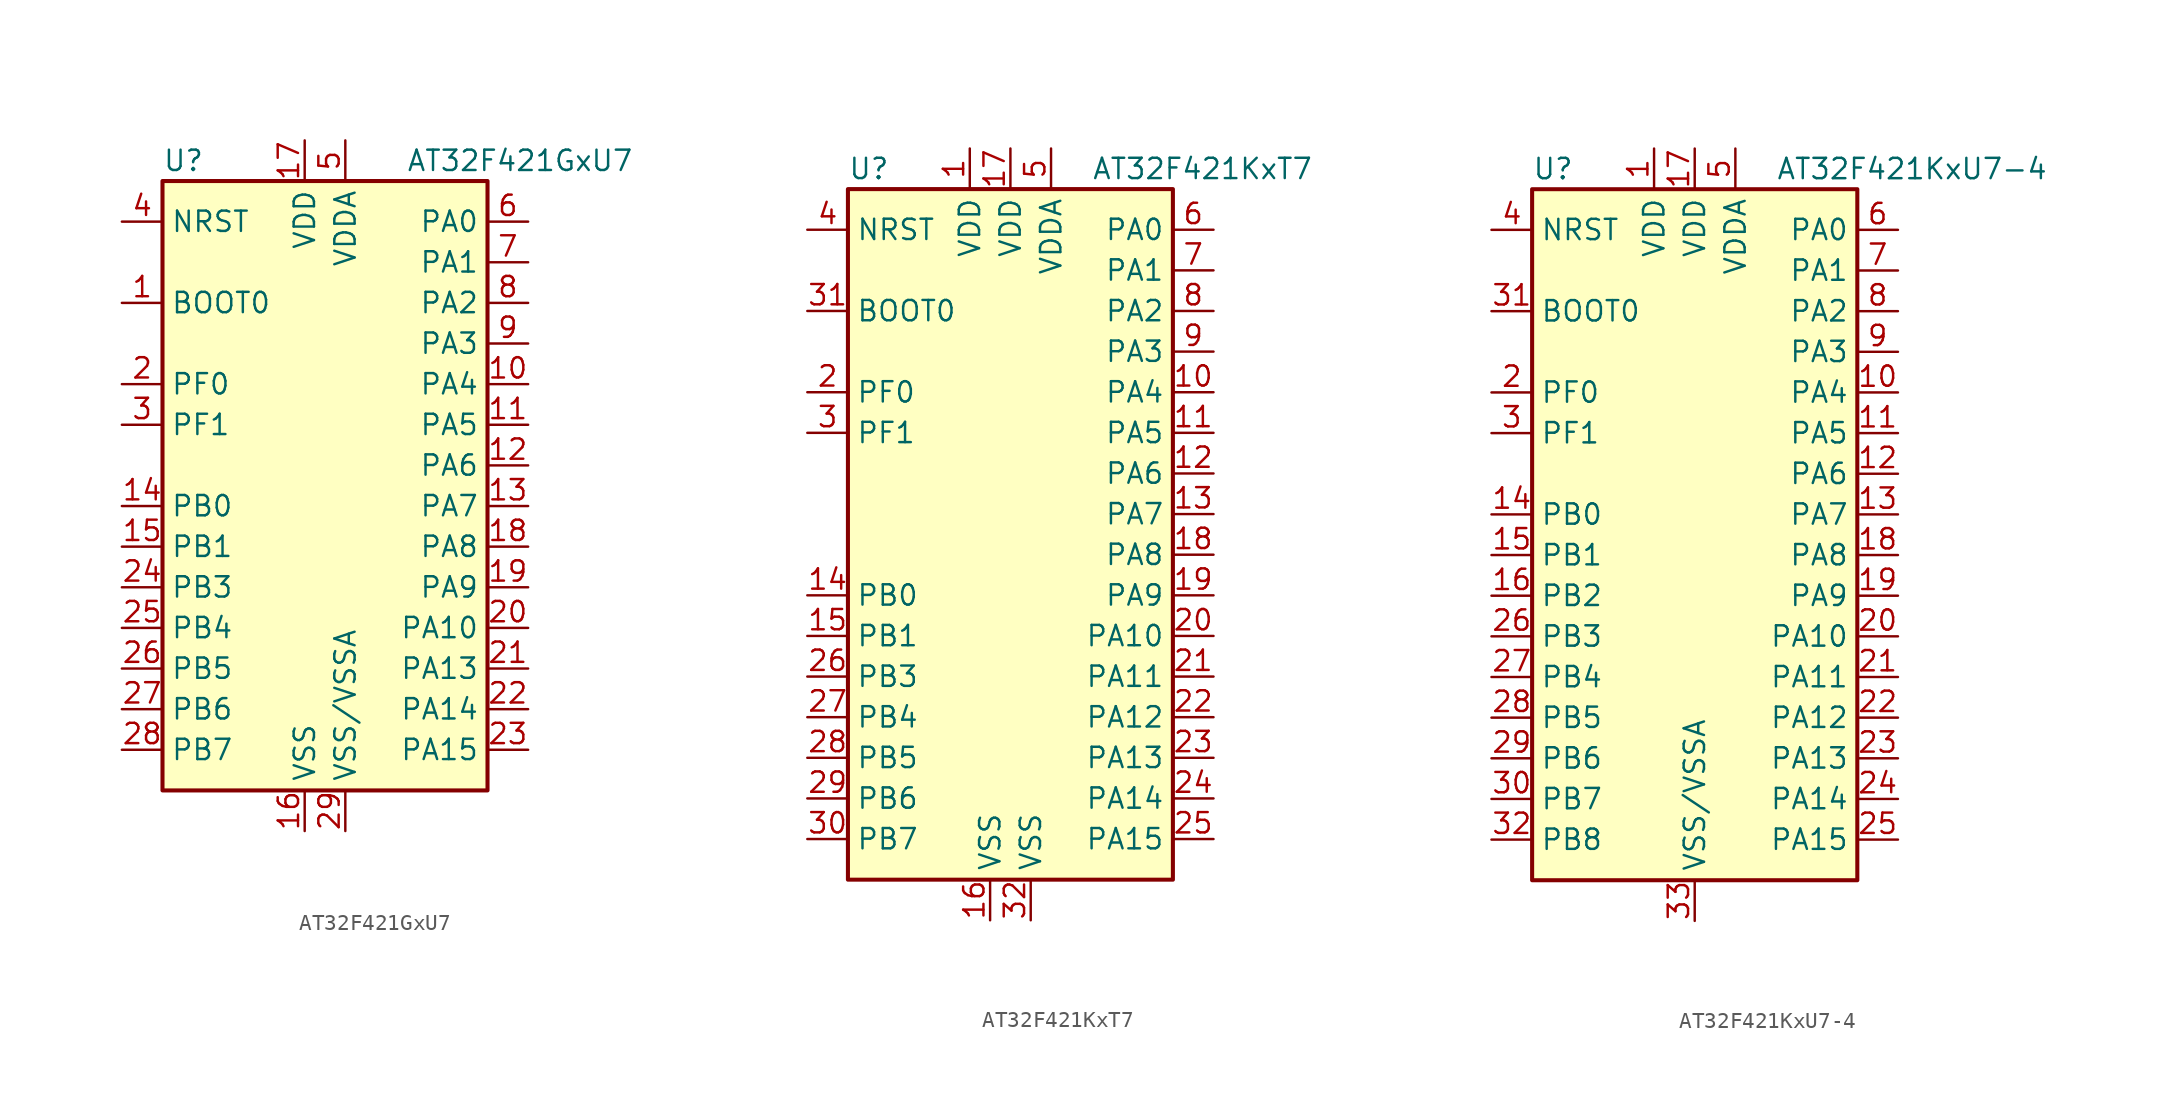
<source format=kicad_sym>
(kicad_symbol_lib
  (version 20220331)
  (generator kicad_symbol_editor)
  (symbol "AT32F421GxU7"
    (property "Reference" "U"
      (at -10.16 20.32 0)
      (effects (font (size 1.27 1.27)) (justify left)))
    (property "Value" "AT32F421GxU7"
      (at 5.08 20.32 0)
      (effects (font (size 1.27 1.27)) (justify left)))
    (symbol "AT32F421GxU7_0_1"
      (rectangle (start -10.16 19.05) (end 10.16 -19.05) (stroke (width 0.254) (type default)) (fill (type background))))
    (symbol "AT32F421GxU7_1_1"
      (pin input line (at -12.7 11.43 0) (length 2.54) (name "BOOT0" (effects (font (size 1.27 1.27)))) (number "1" (effects (font (size 1.27 1.27)))))
      (pin bidirectional line (at 12.7 6.35 180) (length 2.54) (name "PA4" (effects (font (size 1.27 1.27)))) (number "10" (effects (font (size 1.27 1.27)))))
      (pin bidirectional line (at 12.7 3.81 180) (length 2.54) (name "PA5" (effects (font (size 1.27 1.27)))) (number "11" (effects (font (size 1.27 1.27)))))
      (pin bidirectional line (at 12.7 1.27 180) (length 2.54) (name "PA6" (effects (font (size 1.27 1.27)))) (number "12" (effects (font (size 1.27 1.27)))))
      (pin bidirectional line (at 12.7 -1.27 180) (length 2.54) (name "PA7" (effects (font (size 1.27 1.27)))) (number "13" (effects (font (size 1.27 1.27)))))
      (pin bidirectional line (at -12.7 -1.27 0) (length 2.54) (name "PB0" (effects (font (size 1.27 1.27)))) (number "14" (effects (font (size 1.27 1.27)))))
      (pin bidirectional line (at -12.7 -3.81 0) (length 2.54) (name "PB1" (effects (font (size 1.27 1.27)))) (number "15" (effects (font (size 1.27 1.27)))))
      (pin power_in line (at -1.27 -21.59 90) (length 2.54) (name "VSS" (effects (font (size 1.27 1.27)))) (number "16" (effects (font (size 1.27 1.27)))))
      (pin power_in line (at -1.27 21.59 270) (length 2.54) (name "VDD" (effects (font (size 1.27 1.27)))) (number "17" (effects (font (size 1.27 1.27)))))
      (pin bidirectional line (at 12.7 -3.81 180) (length 2.54) (name "PA8" (effects (font (size 1.27 1.27)))) (number "18" (effects (font (size 1.27 1.27)))))
      (pin bidirectional line (at 12.7 -6.35 180) (length 2.54) (name "PA9" (effects (font (size 1.27 1.27)))) (number "19" (effects (font (size 1.27 1.27)))))
      (pin input line (at -12.7 6.35 0) (length 2.54) (name "PF0" (effects (font (size 1.27 1.27)))) (number "2" (effects (font (size 1.27 1.27)))))
      (pin bidirectional line (at 12.7 -8.89 180) (length 2.54) (name "PA10" (effects (font (size 1.27 1.27)))) (number "20" (effects (font (size 1.27 1.27)))))
      (pin bidirectional line (at 12.7 -11.43 180) (length 2.54) (name "PA13" (effects (font (size 1.27 1.27)))) (number "21" (effects (font (size 1.27 1.27)))))
      (pin bidirectional line (at 12.7 -13.97 180) (length 2.54) (name "PA14" (effects (font (size 1.27 1.27)))) (number "22" (effects (font (size 1.27 1.27)))))
      (pin bidirectional line (at 12.7 -16.51 180) (length 2.54) (name "PA15" (effects (font (size 1.27 1.27)))) (number "23" (effects (font (size 1.27 1.27)))))
      (pin bidirectional line (at -12.7 -6.35 0) (length 2.54) (name "PB3" (effects (font (size 1.27 1.27)))) (number "24" (effects (font (size 1.27 1.27)))))
      (pin bidirectional line (at -12.7 -8.89 0) (length 2.54) (name "PB4" (effects (font (size 1.27 1.27)))) (number "25" (effects (font (size 1.27 1.27)))))
      (pin bidirectional line (at -12.7 -11.43 0) (length 2.54) (name "PB5" (effects (font (size 1.27 1.27)))) (number "26" (effects (font (size 1.27 1.27)))))
      (pin bidirectional line (at -12.7 -13.97 0) (length 2.54) (name "PB6" (effects (font (size 1.27 1.27)))) (number "27" (effects (font (size 1.27 1.27)))))
      (pin bidirectional line (at -12.7 -16.51 0) (length 2.54) (name "PB7" (effects (font (size 1.27 1.27)))) (number "28" (effects (font (size 1.27 1.27)))))
      (pin power_in line (at 1.27 -21.59 90) (length 2.54) (name "VSS/VSSA" (effects (font (size 1.27 1.27)))) (number "29" (effects (font (size 1.27 1.27)))))
      (pin input line (at -12.7 3.81 0) (length 2.54) (name "PF1" (effects (font (size 1.27 1.27)))) (number "3" (effects (font (size 1.27 1.27)))))
      (pin input line (at -12.7 16.51 0) (length 2.54) (name "NRST" (effects (font (size 1.27 1.27)))) (number "4" (effects (font (size 1.27 1.27)))))
      (pin power_in line (at 1.27 21.59 270) (length 2.54) (name "VDDA" (effects (font (size 1.27 1.27)))) (number "5" (effects (font (size 1.27 1.27)))))
      (pin bidirectional line (at 12.7 16.51 180) (length 2.54) (name "PA0" (effects (font (size 1.27 1.27)))) (number "6" (effects (font (size 1.27 1.27)))))
      (pin bidirectional line (at 12.7 13.97 180) (length 2.54) (name "PA1" (effects (font (size 1.27 1.27)))) (number "7" (effects (font (size 1.27 1.27)))))
      (pin bidirectional line (at 12.7 11.43 180) (length 2.54) (name "PA2" (effects (font (size 1.27 1.27)))) (number "8" (effects (font (size 1.27 1.27)))))
      (pin bidirectional line (at 12.7 8.89 180) (length 2.54) (name "PA3" (effects (font (size 1.27 1.27)))) (number "9" (effects (font (size 1.27 1.27)))))))
  (symbol "AT32F421KxT7"
    (property "Reference" "U"
      (at -10.16 22.86 0)
      (effects (font (size 1.27 1.27)) (justify left)))
    (property "Value" "AT32F421KxT7"
      (at 5.08 22.86 0)
      (effects (font (size 1.27 1.27)) (justify left)))
    (symbol "AT32F421KxT7_0_1"
      (rectangle (start -10.16 -21.59) (end 10.16 21.59) (stroke (width 0.254) (type default)) (fill (type background))))
    (symbol "AT32F421KxT7_1_1"
      (pin power_in line (at -2.54 24.13 270) (length 2.54) (name "VDD" (effects (font (size 1.27 1.27)))) (number "1" (effects (font (size 1.27 1.27)))))
      (pin bidirectional line (at 12.7 8.89 180) (length 2.54) (name "PA4" (effects (font (size 1.27 1.27)))) (number "10" (effects (font (size 1.27 1.27)))))
      (pin bidirectional line (at 12.7 6.35 180) (length 2.54) (name "PA5" (effects (font (size 1.27 1.27)))) (number "11" (effects (font (size 1.27 1.27)))))
      (pin bidirectional line (at 12.7 3.81 180) (length 2.54) (name "PA6" (effects (font (size 1.27 1.27)))) (number "12" (effects (font (size 1.27 1.27)))))
      (pin bidirectional line (at 12.7 1.27 180) (length 2.54) (name "PA7" (effects (font (size 1.27 1.27)))) (number "13" (effects (font (size 1.27 1.27)))))
      (pin bidirectional line (at -12.7 -3.81 0) (length 2.54) (name "PB0" (effects (font (size 1.27 1.27)))) (number "14" (effects (font (size 1.27 1.27)))))
      (pin bidirectional line (at -12.7 -6.35 0) (length 2.54) (name "PB1" (effects (font (size 1.27 1.27)))) (number "15" (effects (font (size 1.27 1.27)))))
      (pin power_in line (at -1.27 -24.13 90) (length 2.54) (name "VSS" (effects (font (size 1.27 1.27)))) (number "16" (effects (font (size 1.27 1.27)))))
      (pin power_in line (at 0 24.13 270) (length 2.54) (name "VDD" (effects (font (size 1.27 1.27)))) (number "17" (effects (font (size 1.27 1.27)))))
      (pin bidirectional line (at 12.7 -1.27 180) (length 2.54) (name "PA8" (effects (font (size 1.27 1.27)))) (number "18" (effects (font (size 1.27 1.27)))))
      (pin bidirectional line (at 12.7 -3.81 180) (length 2.54) (name "PA9" (effects (font (size 1.27 1.27)))) (number "19" (effects (font (size 1.27 1.27)))))
      (pin input line (at -12.7 8.89 0) (length 2.54) (name "PF0" (effects (font (size 1.27 1.27)))) (number "2" (effects (font (size 1.27 1.27)))))
      (pin bidirectional line (at 12.7 -6.35 180) (length 2.54) (name "PA10" (effects (font (size 1.27 1.27)))) (number "20" (effects (font (size 1.27 1.27)))))
      (pin bidirectional line (at 12.7 -8.89 180) (length 2.54) (name "PA11" (effects (font (size 1.27 1.27)))) (number "21" (effects (font (size 1.27 1.27)))))
      (pin bidirectional line (at 12.7 -11.43 180) (length 2.54) (name "PA12" (effects (font (size 1.27 1.27)))) (number "22" (effects (font (size 1.27 1.27)))))
      (pin bidirectional line (at 12.7 -13.97 180) (length 2.54) (name "PA13" (effects (font (size 1.27 1.27)))) (number "23" (effects (font (size 1.27 1.27)))))
      (pin bidirectional line (at 12.7 -16.51 180) (length 2.54) (name "PA14" (effects (font (size 1.27 1.27)))) (number "24" (effects (font (size 1.27 1.27)))))
      (pin bidirectional line (at 12.7 -19.05 180) (length 2.54) (name "PA15" (effects (font (size 1.27 1.27)))) (number "25" (effects (font (size 1.27 1.27)))))
      (pin bidirectional line (at -12.7 -8.89 0) (length 2.54) (name "PB3" (effects (font (size 1.27 1.27)))) (number "26" (effects (font (size 1.27 1.27)))))
      (pin bidirectional line (at -12.7 -11.43 0) (length 2.54) (name "PB4" (effects (font (size 1.27 1.27)))) (number "27" (effects (font (size 1.27 1.27)))))
      (pin bidirectional line (at -12.7 -13.97 0) (length 2.54) (name "PB5" (effects (font (size 1.27 1.27)))) (number "28" (effects (font (size 1.27 1.27)))))
      (pin bidirectional line (at -12.7 -16.51 0) (length 2.54) (name "PB6" (effects (font (size 1.27 1.27)))) (number "29" (effects (font (size 1.27 1.27)))))
      (pin input line (at -12.7 6.35 0) (length 2.54) (name "PF1" (effects (font (size 1.27 1.27)))) (number "3" (effects (font (size 1.27 1.27)))))
      (pin bidirectional line (at -12.7 -19.05 0) (length 2.54) (name "PB7" (effects (font (size 1.27 1.27)))) (number "30" (effects (font (size 1.27 1.27)))))
      (pin input line (at -12.7 13.97 0) (length 2.54) (name "BOOT0" (effects (font (size 1.27 1.27)))) (number "31" (effects (font (size 1.27 1.27)))))
      (pin power_in line (at 1.27 -24.13 90) (length 2.54) (name "VSS" (effects (font (size 1.27 1.27)))) (number "32" (effects (font (size 1.27 1.27)))))
      (pin input line (at -12.7 19.05 0) (length 2.54) (name "NRST" (effects (font (size 1.27 1.27)))) (number "4" (effects (font (size 1.27 1.27)))))
      (pin power_in line (at 2.54 24.13 270) (length 2.54) (name "VDDA" (effects (font (size 1.27 1.27)))) (number "5" (effects (font (size 1.27 1.27)))))
      (pin bidirectional line (at 12.7 19.05 180) (length 2.54) (name "PA0" (effects (font (size 1.27 1.27)))) (number "6" (effects (font (size 1.27 1.27)))))
      (pin bidirectional line (at 12.7 16.51 180) (length 2.54) (name "PA1" (effects (font (size 1.27 1.27)))) (number "7" (effects (font (size 1.27 1.27)))))
      (pin bidirectional line (at 12.7 13.97 180) (length 2.54) (name "PA2" (effects (font (size 1.27 1.27)))) (number "8" (effects (font (size 1.27 1.27)))))
      (pin bidirectional line (at 12.7 11.43 180) (length 2.54) (name "PA3" (effects (font (size 1.27 1.27)))) (number "9" (effects (font (size 1.27 1.27)))))))
  (symbol "AT32F421KxU7-4"
    (property "Reference" "U"
      (at -10.16 22.86 0)
      (effects (font (size 1.27 1.27)) (justify left)))
    (property "Value" "AT32F421KxU7-4"
      (at 5.08 22.86 0)
      (effects (font (size 1.27 1.27)) (justify left)))
    (symbol "AT32F421KxU7-4_0_1"
      (rectangle (start -10.16 -21.59) (end 10.16 21.59) (stroke (width 0.254) (type default)) (fill (type background))))
    (symbol "AT32F421KxU7-4_1_1"
      (pin power_in line (at -2.54 24.13 270) (length 2.54) (name "VDD" (effects (font (size 1.27 1.27)))) (number "1" (effects (font (size 1.27 1.27)))))
      (pin bidirectional line (at 12.7 8.89 180) (length 2.54) (name "PA4" (effects (font (size 1.27 1.27)))) (number "10" (effects (font (size 1.27 1.27)))))
      (pin bidirectional line (at 12.7 6.35 180) (length 2.54) (name "PA5" (effects (font (size 1.27 1.27)))) (number "11" (effects (font (size 1.27 1.27)))))
      (pin bidirectional line (at 12.7 3.81 180) (length 2.54) (name "PA6" (effects (font (size 1.27 1.27)))) (number "12" (effects (font (size 1.27 1.27)))))
      (pin bidirectional line (at 12.7 1.27 180) (length 2.54) (name "PA7" (effects (font (size 1.27 1.27)))) (number "13" (effects (font (size 1.27 1.27)))))
      (pin bidirectional line (at -12.7 1.27 0) (length 2.54) (name "PB0" (effects (font (size 1.27 1.27)))) (number "14" (effects (font (size 1.27 1.27)))))
      (pin bidirectional line (at -12.7 -1.27 0) (length 2.54) (name "PB1" (effects (font (size 1.27 1.27)))) (number "15" (effects (font (size 1.27 1.27)))))
      (pin bidirectional line (at -12.7 -3.81 0) (length 2.54) (name "PB2" (effects (font (size 1.27 1.27)))) (number "16" (effects (font (size 1.27 1.27)))))
      (pin power_in line (at 0 24.13 270) (length 2.54) (name "VDD" (effects (font (size 1.27 1.27)))) (number "17" (effects (font (size 1.27 1.27)))))
      (pin bidirectional line (at 12.7 -1.27 180) (length 2.54) (name "PA8" (effects (font (size 1.27 1.27)))) (number "18" (effects (font (size 1.27 1.27)))))
      (pin bidirectional line (at 12.7 -3.81 180) (length 2.54) (name "PA9" (effects (font (size 1.27 1.27)))) (number "19" (effects (font (size 1.27 1.27)))))
      (pin input line (at -12.7 8.89 0) (length 2.54) (name "PF0" (effects (font (size 1.27 1.27)))) (number "2" (effects (font (size 1.27 1.27)))))
      (pin bidirectional line (at 12.7 -6.35 180) (length 2.54) (name "PA10" (effects (font (size 1.27 1.27)))) (number "20" (effects (font (size 1.27 1.27)))))
      (pin bidirectional line (at 12.7 -8.89 180) (length 2.54) (name "PA11" (effects (font (size 1.27 1.27)))) (number "21" (effects (font (size 1.27 1.27)))))
      (pin bidirectional line (at 12.7 -11.43 180) (length 2.54) (name "PA12" (effects (font (size 1.27 1.27)))) (number "22" (effects (font (size 1.27 1.27)))))
      (pin bidirectional line (at 12.7 -13.97 180) (length 2.54) (name "PA13" (effects (font (size 1.27 1.27)))) (number "23" (effects (font (size 1.27 1.27)))))
      (pin bidirectional line (at 12.7 -16.51 180) (length 2.54) (name "PA14" (effects (font (size 1.27 1.27)))) (number "24" (effects (font (size 1.27 1.27)))))
      (pin bidirectional line (at 12.7 -19.05 180) (length 2.54) (name "PA15" (effects (font (size 1.27 1.27)))) (number "25" (effects (font (size 1.27 1.27)))))
      (pin bidirectional line (at -12.7 -6.35 0) (length 2.54) (name "PB3" (effects (font (size 1.27 1.27)))) (number "26" (effects (font (size 1.27 1.27)))))
      (pin bidirectional line (at -12.7 -8.89 0) (length 2.54) (name "PB4" (effects (font (size 1.27 1.27)))) (number "27" (effects (font (size 1.27 1.27)))))
      (pin bidirectional line (at -12.7 -11.43 0) (length 2.54) (name "PB5" (effects (font (size 1.27 1.27)))) (number "28" (effects (font (size 1.27 1.27)))))
      (pin bidirectional line (at -12.7 -13.97 0) (length 2.54) (name "PB6" (effects (font (size 1.27 1.27)))) (number "29" (effects (font (size 1.27 1.27)))))
      (pin input line (at -12.7 6.35 0) (length 2.54) (name "PF1" (effects (font (size 1.27 1.27)))) (number "3" (effects (font (size 1.27 1.27)))))
      (pin bidirectional line (at -12.7 -16.51 0) (length 2.54) (name "PB7" (effects (font (size 1.27 1.27)))) (number "30" (effects (font (size 1.27 1.27)))))
      (pin input line (at -12.7 13.97 0) (length 2.54) (name "BOOT0" (effects (font (size 1.27 1.27)))) (number "31" (effects (font (size 1.27 1.27)))))
      (pin bidirectional line (at -12.7 -19.05 0) (length 2.54) (name "PB8" (effects (font (size 1.27 1.27)))) (number "32" (effects (font (size 1.27 1.27)))))
      (pin power_in line (at 0 -24.13 90) (length 2.54) (name "VSS/VSSA" (effects (font (size 1.27 1.27)))) (number "33" (effects (font (size 1.27 1.27)))))
      (pin input line (at -12.7 19.05 0) (length 2.54) (name "NRST" (effects (font (size 1.27 1.27)))) (number "4" (effects (font (size 1.27 1.27)))))
      (pin power_in line (at 2.54 24.13 270) (length 2.54) (name "VDDA" (effects (font (size 1.27 1.27)))) (number "5" (effects (font (size 1.27 1.27)))))
      (pin bidirectional line (at 12.7 19.05 180) (length 2.54) (name "PA0" (effects (font (size 1.27 1.27)))) (number "6" (effects (font (size 1.27 1.27)))))
      (pin bidirectional line (at 12.7 16.51 180) (length 2.54) (name "PA1" (effects (font (size 1.27 1.27)))) (number "7" (effects (font (size 1.27 1.27)))))
      (pin bidirectional line (at 12.7 13.97 180) (length 2.54) (name "PA2" (effects (font (size 1.27 1.27)))) (number "8" (effects (font (size 1.27 1.27)))))
      (pin bidirectional line (at 12.7 11.43 180) (length 2.54) (name "PA3" (effects (font (size 1.27 1.27)))) (number "9" (effects (font (size 1.27 1.27))))))))
</source>
